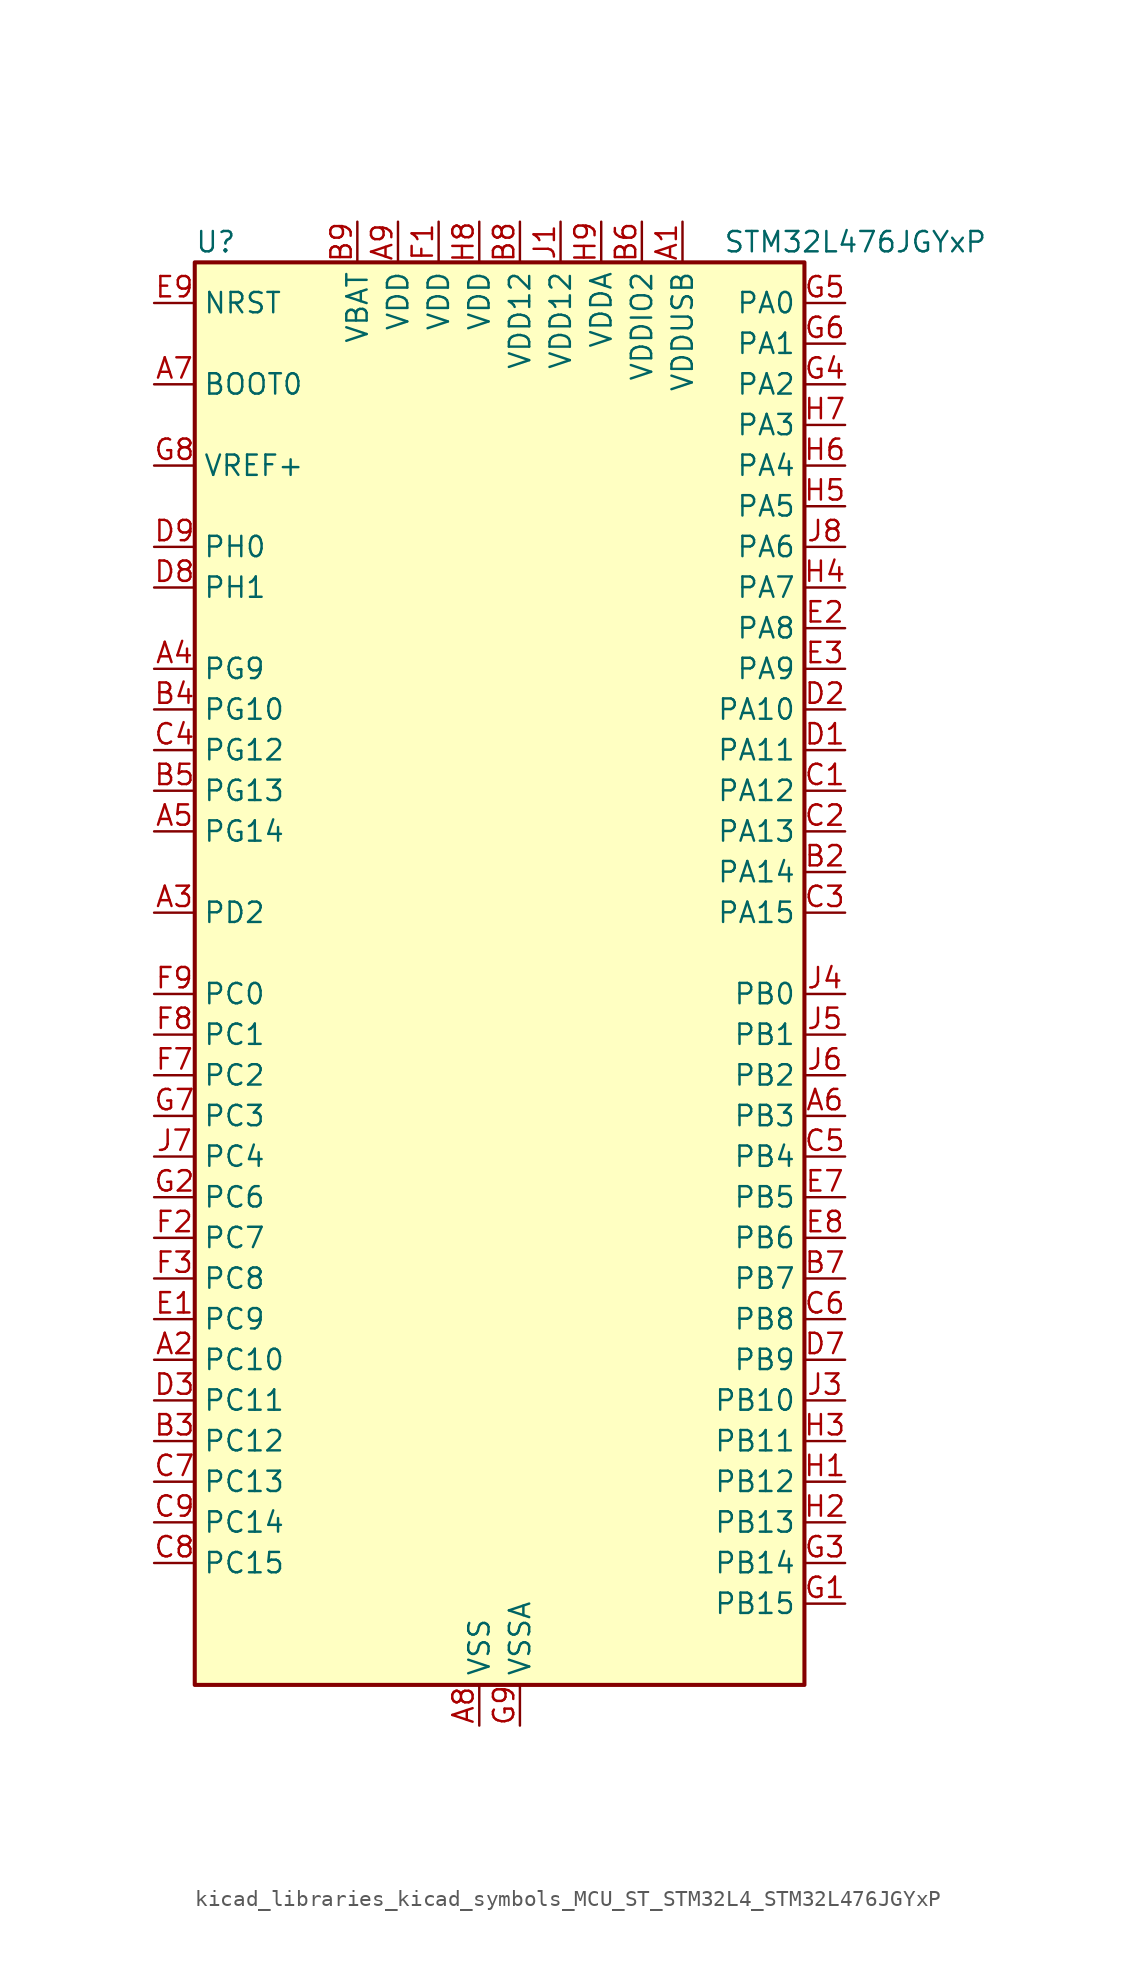
<source format=kicad_sym>
(kicad_symbol_lib
  (version 20220914)
  (generator kicad_symbol_editor)
  (symbol "kicad_libraries_kicad_symbols_MCU_ST_STM32L4_STM32L476JGYxP"
    (property "Reference" "U"
      (at -17.78 46.99 0)
      (effects (font (size 1.27 1.27)) (justify left)))
    (property "Value" "STM32L476JGYxP"
      (at 15.24 46.99 0)
      (effects (font (size 1.27 1.27)) (justify left)))
    (property "ki_locked" ""
      (at 0 0 0)
      (effects (font (size 1.27 1.27))))
    (symbol "kicad_libraries_kicad_symbols_MCU_ST_STM32L4_STM32L476JGYxP_0_1"
      (rectangle (start -17.78 -43.18) (end 20.32 45.72) (stroke (width 0.254) (type default)) (fill (type background))))
    (symbol "kicad_libraries_kicad_symbols_MCU_ST_STM32L4_STM32L476JGYxP_1_1"
      (pin power_in line (at 12.7 48.26 270) (length 2.54) (name "VDDUSB" (effects (font (size 1.27 1.27)))) (number "A1" (effects (font (size 1.27 1.27)))))
      (pin bidirectional line (at -20.32 -22.86 0) (length 2.54) (name "PC10" (effects (font (size 1.27 1.27)))) (number "A2" (effects (font (size 1.27 1.27)))) (alternate "LCD_COM4" bidirectional line) (alternate "LCD_SEG28" bidirectional line) (alternate "LCD_SEG40" bidirectional line) (alternate "SAI2_SCK_B" bidirectional line) (alternate "SDMMC1_D2" bidirectional line) (alternate "SPI3_SCK" bidirectional line) (alternate "TSC_G3_IO2" bidirectional line) (alternate "UART4_TX" bidirectional line) (alternate "USART3_TX" bidirectional line))
      (pin bidirectional line (at -20.32 5.08 0) (length 2.54) (name "PD2" (effects (font (size 1.27 1.27)))) (number "A3" (effects (font (size 1.27 1.27)))) (alternate "LCD_COM7" bidirectional line) (alternate "LCD_SEG31" bidirectional line) (alternate "LCD_SEG43" bidirectional line) (alternate "SDMMC1_CMD" bidirectional line) (alternate "TIM3_ETR" bidirectional line) (alternate "TSC_SYNC" bidirectional line) (alternate "UART5_RX" bidirectional line) (alternate "USART3_DE" bidirectional line) (alternate "USART3_RTS" bidirectional line))
      (pin bidirectional line (at -20.32 20.32 0) (length 2.54) (name "PG9" (effects (font (size 1.27 1.27)))) (number "A4" (effects (font (size 1.27 1.27)))) (alternate "DAC1_EXTI9" bidirectional line) (alternate "SAI2_SCK_A" bidirectional line) (alternate "SPI3_SCK" bidirectional line) (alternate "TIM15_CH1N" bidirectional line) (alternate "USART1_TX" bidirectional line))
      (pin bidirectional line (at -20.32 10.16 0) (length 2.54) (name "PG14" (effects (font (size 1.27 1.27)))) (number "A5" (effects (font (size 1.27 1.27)))) (alternate "I2C1_SCL" bidirectional line))
      (pin bidirectional line (at 22.86 -7.62 180) (length 2.54) (name "PB3" (effects (font (size 1.27 1.27)))) (number "A6" (effects (font (size 1.27 1.27)))) (alternate "COMP2_INM" bidirectional line) (alternate "LCD_SEG7" bidirectional line) (alternate "SAI1_SCK_B" bidirectional line) (alternate "SPI1_SCK" bidirectional line) (alternate "SPI3_SCK" bidirectional line) (alternate "SYS_JTDO-SWO" bidirectional line) (alternate "TIM2_CH2" bidirectional line) (alternate "USART1_DE" bidirectional line) (alternate "USART1_RTS" bidirectional line))
      (pin input line (at -20.32 38.1 0) (length 2.54) (name "BOOT0" (effects (font (size 1.27 1.27)))) (number "A7" (effects (font (size 1.27 1.27)))))
      (pin power_in line (at 0 -45.72 90) (length 2.54) (name "VSS" (effects (font (size 1.27 1.27)))) (number "A8" (effects (font (size 1.27 1.27)))))
      (pin power_in line (at -5.08 48.26 270) (length 2.54) (name "VDD" (effects (font (size 1.27 1.27)))) (number "A9" (effects (font (size 1.27 1.27)))))
      (pin passive line (at 0 -45.72 90) (length 2.54) hide (name "VSS" (effects (font (size 1.27 1.27)))) (number "B1" (effects (font (size 1.27 1.27)))))
      (pin bidirectional line (at 22.86 7.62 180) (length 2.54) (name "PA14" (effects (font (size 1.27 1.27)))) (number "B2" (effects (font (size 1.27 1.27)))) (alternate "SYS_JTCK-SWCLK" bidirectional line))
      (pin bidirectional line (at -20.32 -27.94 0) (length 2.54) (name "PC12" (effects (font (size 1.27 1.27)))) (number "B3" (effects (font (size 1.27 1.27)))) (alternate "LCD_COM6" bidirectional line) (alternate "LCD_SEG30" bidirectional line) (alternate "LCD_SEG42" bidirectional line) (alternate "SAI2_SD_B" bidirectional line) (alternate "SDMMC1_CK" bidirectional line) (alternate "SPI3_MOSI" bidirectional line) (alternate "TSC_G3_IO4" bidirectional line) (alternate "UART5_TX" bidirectional line) (alternate "USART3_CK" bidirectional line))
      (pin bidirectional line (at -20.32 17.78 0) (length 2.54) (name "PG10" (effects (font (size 1.27 1.27)))) (number "B4" (effects (font (size 1.27 1.27)))) (alternate "LPTIM1_IN1" bidirectional line) (alternate "SAI2_FS_A" bidirectional line) (alternate "SPI3_MISO" bidirectional line) (alternate "TIM15_CH1" bidirectional line) (alternate "USART1_RX" bidirectional line))
      (pin bidirectional line (at -20.32 12.7 0) (length 2.54) (name "PG13" (effects (font (size 1.27 1.27)))) (number "B5" (effects (font (size 1.27 1.27)))) (alternate "I2C1_SDA" bidirectional line) (alternate "USART1_CK" bidirectional line))
      (pin power_in line (at 10.16 48.26 270) (length 2.54) (name "VDDIO2" (effects (font (size 1.27 1.27)))) (number "B6" (effects (font (size 1.27 1.27)))))
      (pin bidirectional line (at 22.86 -17.78 180) (length 2.54) (name "PB7" (effects (font (size 1.27 1.27)))) (number "B7" (effects (font (size 1.27 1.27)))) (alternate "COMP2_INM" bidirectional line) (alternate "DFSDM1_CKIN5" bidirectional line) (alternate "I2C1_SDA" bidirectional line) (alternate "LCD_SEG21" bidirectional line) (alternate "LPTIM1_IN2" bidirectional line) (alternate "SYS_PVD_IN" bidirectional line) (alternate "TIM17_CH1N" bidirectional line) (alternate "TIM4_CH2" bidirectional line) (alternate "TIM8_BKIN" bidirectional line) (alternate "TIM8_BKIN_COMP1" bidirectional line) (alternate "TSC_G2_IO4" bidirectional line) (alternate "UART4_CTS" bidirectional line) (alternate "USART1_RX" bidirectional line))
      (pin power_in line (at 2.54 48.26 270) (length 2.54) (name "VDD12" (effects (font (size 1.27 1.27)))) (number "B8" (effects (font (size 1.27 1.27)))))
      (pin power_in line (at -7.62 48.26 270) (length 2.54) (name "VBAT" (effects (font (size 1.27 1.27)))) (number "B9" (effects (font (size 1.27 1.27)))))
      (pin bidirectional line (at 22.86 12.7 180) (length 2.54) (name "PA12" (effects (font (size 1.27 1.27)))) (number "C1" (effects (font (size 1.27 1.27)))) (alternate "CAN1_TX" bidirectional line) (alternate "TIM1_ETR" bidirectional line) (alternate "USART1_DE" bidirectional line) (alternate "USART1_RTS" bidirectional line) (alternate "USB_OTG_FS_DP" bidirectional line))
      (pin bidirectional line (at 22.86 10.16 180) (length 2.54) (name "PA13" (effects (font (size 1.27 1.27)))) (number "C2" (effects (font (size 1.27 1.27)))) (alternate "IR_OUT" bidirectional line) (alternate "SYS_JTMS-SWDIO" bidirectional line) (alternate "USB_OTG_FS_NOE" bidirectional line))
      (pin bidirectional line (at 22.86 5.08 180) (length 2.54) (name "PA15" (effects (font (size 1.27 1.27)))) (number "C3" (effects (font (size 1.27 1.27)))) (alternate "ADC1_EXTI15" bidirectional line) (alternate "ADC2_EXTI15" bidirectional line) (alternate "ADC3_EXTI15" bidirectional line) (alternate "LCD_SEG17" bidirectional line) (alternate "SAI2_FS_B" bidirectional line) (alternate "SPI1_NSS" bidirectional line) (alternate "SPI3_NSS" bidirectional line) (alternate "SYS_JTDI" bidirectional line) (alternate "TIM2_CH1" bidirectional line) (alternate "TIM2_ETR" bidirectional line) (alternate "TSC_G3_IO1" bidirectional line) (alternate "UART4_DE" bidirectional line) (alternate "UART4_RTS" bidirectional line))
      (pin bidirectional line (at -20.32 15.24 0) (length 2.54) (name "PG12" (effects (font (size 1.27 1.27)))) (number "C4" (effects (font (size 1.27 1.27)))) (alternate "LPTIM1_ETR" bidirectional line) (alternate "SAI2_SD_A" bidirectional line) (alternate "SPI3_NSS" bidirectional line) (alternate "USART1_DE" bidirectional line) (alternate "USART1_RTS" bidirectional line))
      (pin bidirectional line (at 22.86 -10.16 180) (length 2.54) (name "PB4" (effects (font (size 1.27 1.27)))) (number "C5" (effects (font (size 1.27 1.27)))) (alternate "COMP2_INP" bidirectional line) (alternate "LCD_SEG8" bidirectional line) (alternate "SAI1_MCLK_B" bidirectional line) (alternate "SPI1_MISO" bidirectional line) (alternate "SPI3_MISO" bidirectional line) (alternate "SYS_JTRST" bidirectional line) (alternate "TIM17_BKIN" bidirectional line) (alternate "TIM3_CH1" bidirectional line) (alternate "TSC_G2_IO1" bidirectional line) (alternate "UART5_DE" bidirectional line) (alternate "UART5_RTS" bidirectional line) (alternate "USART1_CTS" bidirectional line))
      (pin bidirectional line (at 22.86 -20.32 180) (length 2.54) (name "PB8" (effects (font (size 1.27 1.27)))) (number "C6" (effects (font (size 1.27 1.27)))) (alternate "CAN1_RX" bidirectional line) (alternate "DFSDM1_DATIN6" bidirectional line) (alternate "I2C1_SCL" bidirectional line) (alternate "LCD_SEG16" bidirectional line) (alternate "SAI1_MCLK_A" bidirectional line) (alternate "SDMMC1_D4" bidirectional line) (alternate "TIM16_CH1" bidirectional line) (alternate "TIM4_CH3" bidirectional line))
      (pin bidirectional line (at -20.32 -30.48 0) (length 2.54) (name "PC13" (effects (font (size 1.27 1.27)))) (number "C7" (effects (font (size 1.27 1.27)))) (alternate "RTC_OUT_ALARM" bidirectional line) (alternate "RTC_OUT_CALIB" bidirectional line) (alternate "RTC_TAMP1" bidirectional line) (alternate "RTC_TS" bidirectional line) (alternate "SYS_WKUP2" bidirectional line))
      (pin bidirectional line (at -20.32 -35.56 0) (length 2.54) (name "PC15" (effects (font (size 1.27 1.27)))) (number "C8" (effects (font (size 1.27 1.27)))) (alternate "ADC1_EXTI15" bidirectional line) (alternate "ADC2_EXTI15" bidirectional line) (alternate "ADC3_EXTI15" bidirectional line) (alternate "RCC_OSC32_OUT" bidirectional line))
      (pin bidirectional line (at -20.32 -33.02 0) (length 2.54) (name "PC14" (effects (font (size 1.27 1.27)))) (number "C9" (effects (font (size 1.27 1.27)))) (alternate "RCC_OSC32_IN" bidirectional line))
      (pin bidirectional line (at 22.86 15.24 180) (length 2.54) (name "PA11" (effects (font (size 1.27 1.27)))) (number "D1" (effects (font (size 1.27 1.27)))) (alternate "ADC1_EXTI11" bidirectional line) (alternate "ADC2_EXTI11" bidirectional line) (alternate "ADC3_EXTI11" bidirectional line) (alternate "CAN1_RX" bidirectional line) (alternate "TIM1_BKIN2" bidirectional line) (alternate "TIM1_BKIN2_COMP1" bidirectional line) (alternate "TIM1_CH4" bidirectional line) (alternate "USART1_CTS" bidirectional line) (alternate "USB_OTG_FS_DM" bidirectional line))
      (pin bidirectional line (at 22.86 17.78 180) (length 2.54) (name "PA10" (effects (font (size 1.27 1.27)))) (number "D2" (effects (font (size 1.27 1.27)))) (alternate "LCD_COM2" bidirectional line) (alternate "TIM17_BKIN" bidirectional line) (alternate "TIM1_CH3" bidirectional line) (alternate "USART1_RX" bidirectional line) (alternate "USB_OTG_FS_ID" bidirectional line))
      (pin bidirectional line (at -20.32 -25.4 0) (length 2.54) (name "PC11" (effects (font (size 1.27 1.27)))) (number "D3" (effects (font (size 1.27 1.27)))) (alternate "ADC1_EXTI11" bidirectional line) (alternate "ADC2_EXTI11" bidirectional line) (alternate "ADC3_EXTI11" bidirectional line) (alternate "LCD_COM5" bidirectional line) (alternate "LCD_SEG29" bidirectional line) (alternate "LCD_SEG41" bidirectional line) (alternate "SAI2_MCLK_B" bidirectional line) (alternate "SDMMC1_D3" bidirectional line) (alternate "SPI3_MISO" bidirectional line) (alternate "TSC_G3_IO3" bidirectional line) (alternate "UART4_RX" bidirectional line) (alternate "USART3_RX" bidirectional line))
      (pin bidirectional line (at 22.86 -22.86 180) (length 2.54) (name "PB9" (effects (font (size 1.27 1.27)))) (number "D7" (effects (font (size 1.27 1.27)))) (alternate "CAN1_TX" bidirectional line) (alternate "DAC1_EXTI9" bidirectional line) (alternate "DFSDM1_CKIN6" bidirectional line) (alternate "I2C1_SDA" bidirectional line) (alternate "IR_OUT" bidirectional line) (alternate "LCD_COM3" bidirectional line) (alternate "SAI1_FS_A" bidirectional line) (alternate "SDMMC1_D5" bidirectional line) (alternate "SPI2_NSS" bidirectional line) (alternate "TIM17_CH1" bidirectional line) (alternate "TIM4_CH4" bidirectional line))
      (pin bidirectional line (at -20.32 25.4 0) (length 2.54) (name "PH1" (effects (font (size 1.27 1.27)))) (number "D8" (effects (font (size 1.27 1.27)))) (alternate "RCC_OSC_OUT" bidirectional line))
      (pin bidirectional line (at -20.32 27.94 0) (length 2.54) (name "PH0" (effects (font (size 1.27 1.27)))) (number "D9" (effects (font (size 1.27 1.27)))) (alternate "RCC_OSC_IN" bidirectional line))
      (pin bidirectional line (at -20.32 -20.32 0) (length 2.54) (name "PC9" (effects (font (size 1.27 1.27)))) (number "E1" (effects (font (size 1.27 1.27)))) (alternate "DAC1_EXTI9" bidirectional line) (alternate "LCD_SEG27" bidirectional line) (alternate "SAI2_EXTCLK" bidirectional line) (alternate "SDMMC1_D1" bidirectional line) (alternate "TIM3_CH4" bidirectional line) (alternate "TIM8_BKIN2" bidirectional line) (alternate "TIM8_BKIN2_COMP1" bidirectional line) (alternate "TIM8_CH4" bidirectional line) (alternate "TSC_G4_IO4" bidirectional line) (alternate "USB_OTG_FS_NOE" bidirectional line))
      (pin bidirectional line (at 22.86 22.86 180) (length 2.54) (name "PA8" (effects (font (size 1.27 1.27)))) (number "E2" (effects (font (size 1.27 1.27)))) (alternate "LCD_COM0" bidirectional line) (alternate "LPTIM2_OUT" bidirectional line) (alternate "RCC_MCO" bidirectional line) (alternate "TIM1_CH1" bidirectional line) (alternate "USART1_CK" bidirectional line) (alternate "USB_OTG_FS_SOF" bidirectional line))
      (pin bidirectional line (at 22.86 20.32 180) (length 2.54) (name "PA9" (effects (font (size 1.27 1.27)))) (number "E3" (effects (font (size 1.27 1.27)))) (alternate "DAC1_EXTI9" bidirectional line) (alternate "LCD_COM1" bidirectional line) (alternate "TIM15_BKIN" bidirectional line) (alternate "TIM1_CH2" bidirectional line) (alternate "USART1_TX" bidirectional line) (alternate "USB_OTG_FS_VBUS" bidirectional line))
      (pin bidirectional line (at 22.86 -12.7 180) (length 2.54) (name "PB5" (effects (font (size 1.27 1.27)))) (number "E7" (effects (font (size 1.27 1.27)))) (alternate "COMP2_OUT" bidirectional line) (alternate "I2C1_SMBA" bidirectional line) (alternate "LCD_SEG9" bidirectional line) (alternate "LPTIM1_IN1" bidirectional line) (alternate "SAI1_SD_B" bidirectional line) (alternate "SPI1_MOSI" bidirectional line) (alternate "SPI3_MOSI" bidirectional line) (alternate "TIM16_BKIN" bidirectional line) (alternate "TIM3_CH2" bidirectional line) (alternate "TSC_G2_IO2" bidirectional line) (alternate "UART5_CTS" bidirectional line) (alternate "USART1_CK" bidirectional line))
      (pin bidirectional line (at 22.86 -15.24 180) (length 2.54) (name "PB6" (effects (font (size 1.27 1.27)))) (number "E8" (effects (font (size 1.27 1.27)))) (alternate "COMP2_INP" bidirectional line) (alternate "DFSDM1_DATIN5" bidirectional line) (alternate "I2C1_SCL" bidirectional line) (alternate "LPTIM1_ETR" bidirectional line) (alternate "SAI1_FS_B" bidirectional line) (alternate "TIM16_CH1N" bidirectional line) (alternate "TIM4_CH1" bidirectional line) (alternate "TIM8_BKIN2" bidirectional line) (alternate "TIM8_BKIN2_COMP2" bidirectional line) (alternate "TSC_G2_IO3" bidirectional line) (alternate "USART1_TX" bidirectional line))
      (pin input line (at -20.32 43.18 0) (length 2.54) (name "NRST" (effects (font (size 1.27 1.27)))) (number "E9" (effects (font (size 1.27 1.27)))))
      (pin power_in line (at -2.54 48.26 270) (length 2.54) (name "VDD" (effects (font (size 1.27 1.27)))) (number "F1" (effects (font (size 1.27 1.27)))))
      (pin bidirectional line (at -20.32 -15.24 0) (length 2.54) (name "PC7" (effects (font (size 1.27 1.27)))) (number "F2" (effects (font (size 1.27 1.27)))) (alternate "DFSDM1_DATIN3" bidirectional line) (alternate "LCD_SEG25" bidirectional line) (alternate "SAI2_MCLK_B" bidirectional line) (alternate "SDMMC1_D7" bidirectional line) (alternate "TIM3_CH2" bidirectional line) (alternate "TIM8_CH2" bidirectional line) (alternate "TSC_G4_IO2" bidirectional line))
      (pin bidirectional line (at -20.32 -17.78 0) (length 2.54) (name "PC8" (effects (font (size 1.27 1.27)))) (number "F3" (effects (font (size 1.27 1.27)))) (alternate "LCD_SEG26" bidirectional line) (alternate "SDMMC1_D0" bidirectional line) (alternate "TIM3_CH3" bidirectional line) (alternate "TIM8_CH3" bidirectional line) (alternate "TSC_G4_IO3" bidirectional line))
      (pin bidirectional line (at -20.32 -5.08 0) (length 2.54) (name "PC2" (effects (font (size 1.27 1.27)))) (number "F7" (effects (font (size 1.27 1.27)))) (alternate "ADC1_IN3" bidirectional line) (alternate "ADC2_IN3" bidirectional line) (alternate "ADC3_IN3" bidirectional line) (alternate "DFSDM1_CKOUT" bidirectional line) (alternate "LCD_SEG20" bidirectional line) (alternate "LPTIM1_IN2" bidirectional line) (alternate "SPI2_MISO" bidirectional line))
      (pin bidirectional line (at -20.32 -2.54 0) (length 2.54) (name "PC1" (effects (font (size 1.27 1.27)))) (number "F8" (effects (font (size 1.27 1.27)))) (alternate "ADC1_IN2" bidirectional line) (alternate "ADC2_IN2" bidirectional line) (alternate "ADC3_IN2" bidirectional line) (alternate "DFSDM1_CKIN4" bidirectional line) (alternate "I2C3_SDA" bidirectional line) (alternate "LCD_SEG19" bidirectional line) (alternate "LPTIM1_OUT" bidirectional line) (alternate "LPUART1_TX" bidirectional line))
      (pin bidirectional line (at -20.32 0 0) (length 2.54) (name "PC0" (effects (font (size 1.27 1.27)))) (number "F9" (effects (font (size 1.27 1.27)))) (alternate "ADC1_IN1" bidirectional line) (alternate "ADC2_IN1" bidirectional line) (alternate "ADC3_IN1" bidirectional line) (alternate "DFSDM1_DATIN4" bidirectional line) (alternate "I2C3_SCL" bidirectional line) (alternate "LCD_SEG18" bidirectional line) (alternate "LPTIM1_IN1" bidirectional line) (alternate "LPTIM2_IN1" bidirectional line) (alternate "LPUART1_RX" bidirectional line))
      (pin bidirectional line (at 22.86 -38.1 180) (length 2.54) (name "PB15" (effects (font (size 1.27 1.27)))) (number "G1" (effects (font (size 1.27 1.27)))) (alternate "ADC1_EXTI15" bidirectional line) (alternate "ADC2_EXTI15" bidirectional line) (alternate "ADC3_EXTI15" bidirectional line) (alternate "DFSDM1_CKIN2" bidirectional line) (alternate "LCD_SEG15" bidirectional line) (alternate "RTC_REFIN" bidirectional line) (alternate "SAI2_SD_A" bidirectional line) (alternate "SPI2_MOSI" bidirectional line) (alternate "SWPMI1_SUSPEND" bidirectional line) (alternate "TIM15_CH2" bidirectional line) (alternate "TIM1_CH3N" bidirectional line) (alternate "TIM8_CH3N" bidirectional line) (alternate "TSC_G1_IO4" bidirectional line))
      (pin bidirectional line (at -20.32 -12.7 0) (length 2.54) (name "PC6" (effects (font (size 1.27 1.27)))) (number "G2" (effects (font (size 1.27 1.27)))) (alternate "DFSDM1_CKIN3" bidirectional line) (alternate "LCD_SEG24" bidirectional line) (alternate "SAI2_MCLK_A" bidirectional line) (alternate "SDMMC1_D6" bidirectional line) (alternate "TIM3_CH1" bidirectional line) (alternate "TIM8_CH1" bidirectional line) (alternate "TSC_G4_IO1" bidirectional line))
      (pin bidirectional line (at 22.86 -35.56 180) (length 2.54) (name "PB14" (effects (font (size 1.27 1.27)))) (number "G3" (effects (font (size 1.27 1.27)))) (alternate "DFSDM1_DATIN2" bidirectional line) (alternate "I2C2_SDA" bidirectional line) (alternate "LCD_SEG14" bidirectional line) (alternate "SAI2_MCLK_A" bidirectional line) (alternate "SPI2_MISO" bidirectional line) (alternate "SWPMI1_RX" bidirectional line) (alternate "TIM15_CH1" bidirectional line) (alternate "TIM1_CH2N" bidirectional line) (alternate "TIM8_CH2N" bidirectional line) (alternate "TSC_G1_IO3" bidirectional line) (alternate "USART3_DE" bidirectional line) (alternate "USART3_RTS" bidirectional line))
      (pin bidirectional line (at 22.86 38.1 180) (length 2.54) (name "PA2" (effects (font (size 1.27 1.27)))) (number "G4" (effects (font (size 1.27 1.27)))) (alternate "ADC1_IN7" bidirectional line) (alternate "ADC2_IN7" bidirectional line) (alternate "LCD_SEG1" bidirectional line) (alternate "RCC_LSCO" bidirectional line) (alternate "SAI2_EXTCLK" bidirectional line) (alternate "SYS_WKUP4" bidirectional line) (alternate "TIM15_CH1" bidirectional line) (alternate "TIM2_CH3" bidirectional line) (alternate "TIM5_CH3" bidirectional line) (alternate "USART2_TX" bidirectional line))
      (pin bidirectional line (at 22.86 43.18 180) (length 2.54) (name "PA0" (effects (font (size 1.27 1.27)))) (number "G5" (effects (font (size 1.27 1.27)))) (alternate "ADC1_IN5" bidirectional line) (alternate "ADC2_IN5" bidirectional line) (alternate "OPAMP1_VINP" bidirectional line) (alternate "RTC_TAMP2" bidirectional line) (alternate "SAI1_EXTCLK" bidirectional line) (alternate "SYS_WKUP1" bidirectional line) (alternate "TIM2_CH1" bidirectional line) (alternate "TIM2_ETR" bidirectional line) (alternate "TIM5_CH1" bidirectional line) (alternate "TIM8_ETR" bidirectional line) (alternate "UART4_TX" bidirectional line) (alternate "USART2_CTS" bidirectional line))
      (pin bidirectional line (at 22.86 40.64 180) (length 2.54) (name "PA1" (effects (font (size 1.27 1.27)))) (number "G6" (effects (font (size 1.27 1.27)))) (alternate "ADC1_IN6" bidirectional line) (alternate "ADC2_IN6" bidirectional line) (alternate "LCD_SEG0" bidirectional line) (alternate "OPAMP1_VINM" bidirectional line) (alternate "TIM15_CH1N" bidirectional line) (alternate "TIM2_CH2" bidirectional line) (alternate "TIM5_CH2" bidirectional line) (alternate "UART4_RX" bidirectional line) (alternate "USART2_DE" bidirectional line) (alternate "USART2_RTS" bidirectional line))
      (pin bidirectional line (at -20.32 -7.62 0) (length 2.54) (name "PC3" (effects (font (size 1.27 1.27)))) (number "G7" (effects (font (size 1.27 1.27)))) (alternate "ADC1_IN4" bidirectional line) (alternate "ADC2_IN4" bidirectional line) (alternate "ADC3_IN4" bidirectional line) (alternate "LCD_VLCD" bidirectional line) (alternate "LPTIM1_ETR" bidirectional line) (alternate "LPTIM2_ETR" bidirectional line) (alternate "SAI1_SD_A" bidirectional line) (alternate "SPI2_MOSI" bidirectional line))
      (pin input line (at -20.32 33.02 0) (length 2.54) (name "VREF+" (effects (font (size 1.27 1.27)))) (number "G8" (effects (font (size 1.27 1.27)))) (alternate "VREFBUF_OUT" bidirectional line))
      (pin power_in line (at 2.54 -45.72 90) (length 2.54) (name "VSSA" (effects (font (size 1.27 1.27)))) (number "G9" (effects (font (size 1.27 1.27)))))
      (pin bidirectional line (at 22.86 -30.48 180) (length 2.54) (name "PB12" (effects (font (size 1.27 1.27)))) (number "H1" (effects (font (size 1.27 1.27)))) (alternate "DFSDM1_DATIN1" bidirectional line) (alternate "I2C2_SMBA" bidirectional line) (alternate "LCD_SEG12" bidirectional line) (alternate "LPUART1_DE" bidirectional line) (alternate "LPUART1_RTS" bidirectional line) (alternate "SAI2_FS_A" bidirectional line) (alternate "SPI2_NSS" bidirectional line) (alternate "SWPMI1_IO" bidirectional line) (alternate "TIM15_BKIN" bidirectional line) (alternate "TIM1_BKIN" bidirectional line) (alternate "TIM1_BKIN_COMP2" bidirectional line) (alternate "TSC_G1_IO1" bidirectional line) (alternate "USART3_CK" bidirectional line))
      (pin bidirectional line (at 22.86 -33.02 180) (length 2.54) (name "PB13" (effects (font (size 1.27 1.27)))) (number "H2" (effects (font (size 1.27 1.27)))) (alternate "DFSDM1_CKIN1" bidirectional line) (alternate "I2C2_SCL" bidirectional line) (alternate "LCD_SEG13" bidirectional line) (alternate "LPUART1_CTS" bidirectional line) (alternate "SAI2_SCK_A" bidirectional line) (alternate "SPI2_SCK" bidirectional line) (alternate "SWPMI1_TX" bidirectional line) (alternate "TIM15_CH1N" bidirectional line) (alternate "TIM1_CH1N" bidirectional line) (alternate "TSC_G1_IO2" bidirectional line) (alternate "USART3_CTS" bidirectional line))
      (pin bidirectional line (at 22.86 -27.94 180) (length 2.54) (name "PB11" (effects (font (size 1.27 1.27)))) (number "H3" (effects (font (size 1.27 1.27)))) (alternate "ADC1_EXTI11" bidirectional line) (alternate "ADC2_EXTI11" bidirectional line) (alternate "ADC3_EXTI11" bidirectional line) (alternate "COMP2_OUT" bidirectional line) (alternate "DFSDM1_CKIN7" bidirectional line) (alternate "I2C2_SDA" bidirectional line) (alternate "LCD_SEG11" bidirectional line) (alternate "LPUART1_TX" bidirectional line) (alternate "QUADSPI_NCS" bidirectional line) (alternate "TIM2_CH4" bidirectional line) (alternate "USART3_RX" bidirectional line))
      (pin bidirectional line (at 22.86 25.4 180) (length 2.54) (name "PA7" (effects (font (size 1.27 1.27)))) (number "H4" (effects (font (size 1.27 1.27)))) (alternate "ADC1_IN12" bidirectional line) (alternate "ADC2_IN12" bidirectional line) (alternate "LCD_SEG4" bidirectional line) (alternate "OPAMP2_VINM" bidirectional line) (alternate "QUADSPI_BK1_IO2" bidirectional line) (alternate "SPI1_MOSI" bidirectional line) (alternate "TIM17_CH1" bidirectional line) (alternate "TIM1_CH1N" bidirectional line) (alternate "TIM3_CH2" bidirectional line) (alternate "TIM8_CH1N" bidirectional line))
      (pin bidirectional line (at 22.86 30.48 180) (length 2.54) (name "PA5" (effects (font (size 1.27 1.27)))) (number "H5" (effects (font (size 1.27 1.27)))) (alternate "ADC1_IN10" bidirectional line) (alternate "ADC2_IN10" bidirectional line) (alternate "DAC1_OUT2" bidirectional line) (alternate "LPTIM2_ETR" bidirectional line) (alternate "SPI1_SCK" bidirectional line) (alternate "TIM2_CH1" bidirectional line) (alternate "TIM2_ETR" bidirectional line) (alternate "TIM8_CH1N" bidirectional line))
      (pin bidirectional line (at 22.86 33.02 180) (length 2.54) (name "PA4" (effects (font (size 1.27 1.27)))) (number "H6" (effects (font (size 1.27 1.27)))) (alternate "ADC1_IN9" bidirectional line) (alternate "ADC2_IN9" bidirectional line) (alternate "DAC1_OUT1" bidirectional line) (alternate "LPTIM2_OUT" bidirectional line) (alternate "SAI1_FS_B" bidirectional line) (alternate "SPI1_NSS" bidirectional line) (alternate "SPI3_NSS" bidirectional line) (alternate "USART2_CK" bidirectional line))
      (pin bidirectional line (at 22.86 35.56 180) (length 2.54) (name "PA3" (effects (font (size 1.27 1.27)))) (number "H7" (effects (font (size 1.27 1.27)))) (alternate "ADC1_IN8" bidirectional line) (alternate "ADC2_IN8" bidirectional line) (alternate "LCD_SEG2" bidirectional line) (alternate "OPAMP1_VOUT" bidirectional line) (alternate "TIM15_CH2" bidirectional line) (alternate "TIM2_CH4" bidirectional line) (alternate "TIM5_CH4" bidirectional line) (alternate "USART2_RX" bidirectional line))
      (pin power_in line (at 0 48.26 270) (length 2.54) (name "VDD" (effects (font (size 1.27 1.27)))) (number "H8" (effects (font (size 1.27 1.27)))))
      (pin power_in line (at 7.62 48.26 270) (length 2.54) (name "VDDA" (effects (font (size 1.27 1.27)))) (number "H9" (effects (font (size 1.27 1.27)))))
      (pin power_in line (at 5.08 48.26 270) (length 2.54) (name "VDD12" (effects (font (size 1.27 1.27)))) (number "J1" (effects (font (size 1.27 1.27)))))
      (pin passive line (at 0 -45.72 90) (length 2.54) hide (name "VSS" (effects (font (size 1.27 1.27)))) (number "J2" (effects (font (size 1.27 1.27)))))
      (pin bidirectional line (at 22.86 -25.4 180) (length 2.54) (name "PB10" (effects (font (size 1.27 1.27)))) (number "J3" (effects (font (size 1.27 1.27)))) (alternate "COMP1_OUT" bidirectional line) (alternate "DFSDM1_DATIN7" bidirectional line) (alternate "I2C2_SCL" bidirectional line) (alternate "LCD_SEG10" bidirectional line) (alternate "LPUART1_RX" bidirectional line) (alternate "QUADSPI_CLK" bidirectional line) (alternate "SAI1_SCK_A" bidirectional line) (alternate "SPI2_SCK" bidirectional line) (alternate "TIM2_CH3" bidirectional line) (alternate "USART3_TX" bidirectional line))
      (pin bidirectional line (at 22.86 0 180) (length 2.54) (name "PB0" (effects (font (size 1.27 1.27)))) (number "J4" (effects (font (size 1.27 1.27)))) (alternate "ADC1_IN15" bidirectional line) (alternate "ADC2_IN15" bidirectional line) (alternate "COMP1_OUT" bidirectional line) (alternate "LCD_SEG5" bidirectional line) (alternate "OPAMP2_VOUT" bidirectional line) (alternate "QUADSPI_BK1_IO1" bidirectional line) (alternate "TIM1_CH2N" bidirectional line) (alternate "TIM3_CH3" bidirectional line) (alternate "TIM8_CH2N" bidirectional line) (alternate "USART3_CK" bidirectional line))
      (pin bidirectional line (at 22.86 -2.54 180) (length 2.54) (name "PB1" (effects (font (size 1.27 1.27)))) (number "J5" (effects (font (size 1.27 1.27)))) (alternate "ADC1_IN16" bidirectional line) (alternate "ADC2_IN16" bidirectional line) (alternate "COMP1_INM" bidirectional line) (alternate "DFSDM1_DATIN0" bidirectional line) (alternate "LCD_SEG6" bidirectional line) (alternate "LPTIM2_IN1" bidirectional line) (alternate "QUADSPI_BK1_IO0" bidirectional line) (alternate "TIM1_CH3N" bidirectional line) (alternate "TIM3_CH4" bidirectional line) (alternate "TIM8_CH3N" bidirectional line) (alternate "USART3_DE" bidirectional line) (alternate "USART3_RTS" bidirectional line))
      (pin bidirectional line (at 22.86 -5.08 180) (length 2.54) (name "PB2" (effects (font (size 1.27 1.27)))) (number "J6" (effects (font (size 1.27 1.27)))) (alternate "COMP1_INP" bidirectional line) (alternate "DFSDM1_CKIN0" bidirectional line) (alternate "I2C3_SMBA" bidirectional line) (alternate "LPTIM1_OUT" bidirectional line) (alternate "RTC_OUT_ALARM" bidirectional line) (alternate "RTC_OUT_CALIB" bidirectional line))
      (pin bidirectional line (at -20.32 -10.16 0) (length 2.54) (name "PC4" (effects (font (size 1.27 1.27)))) (number "J7" (effects (font (size 1.27 1.27)))) (alternate "ADC1_IN13" bidirectional line) (alternate "ADC2_IN13" bidirectional line) (alternate "COMP1_INM" bidirectional line) (alternate "LCD_SEG22" bidirectional line) (alternate "USART3_TX" bidirectional line))
      (pin bidirectional line (at 22.86 27.94 180) (length 2.54) (name "PA6" (effects (font (size 1.27 1.27)))) (number "J8" (effects (font (size 1.27 1.27)))) (alternate "ADC1_IN11" bidirectional line) (alternate "ADC2_IN11" bidirectional line) (alternate "LCD_SEG3" bidirectional line) (alternate "OPAMP2_VINP" bidirectional line) (alternate "QUADSPI_BK1_IO3" bidirectional line) (alternate "SPI1_MISO" bidirectional line) (alternate "TIM16_CH1" bidirectional line) (alternate "TIM1_BKIN" bidirectional line) (alternate "TIM1_BKIN_COMP2" bidirectional line) (alternate "TIM3_CH1" bidirectional line) (alternate "TIM8_BKIN" bidirectional line) (alternate "TIM8_BKIN_COMP2" bidirectional line) (alternate "USART3_CTS" bidirectional line))
      (pin passive line (at 0 -45.72 90) (length 2.54) hide (name "VSS" (effects (font (size 1.27 1.27)))) (number "J9" (effects (font (size 1.27 1.27))))))))
</source>
